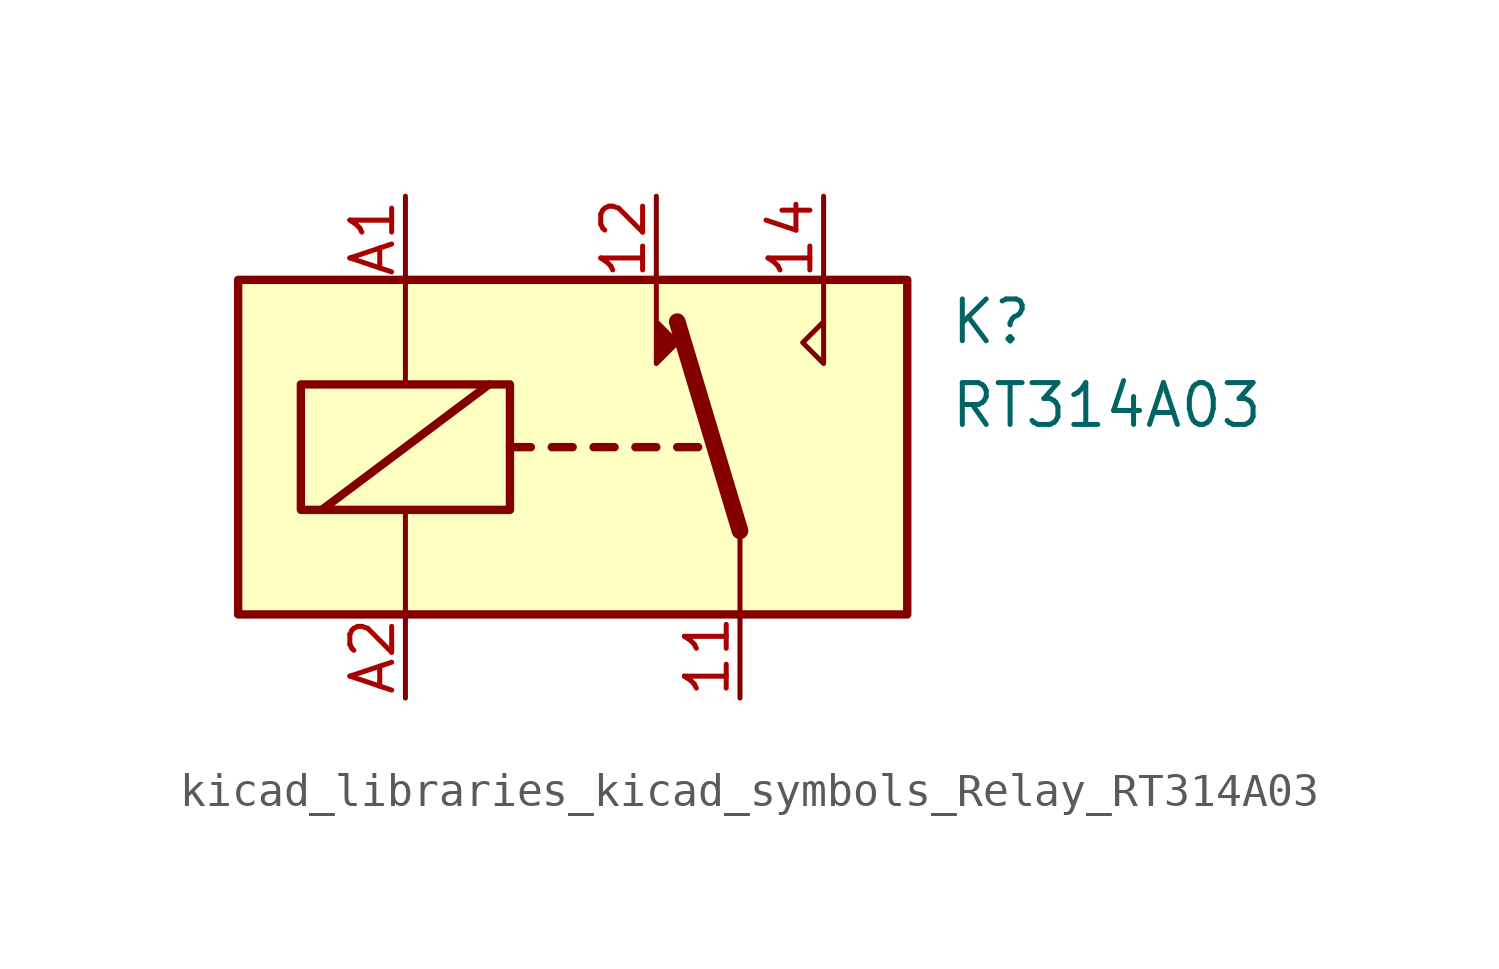
<source format=kicad_sym>
(kicad_symbol_lib
  (version 20220914)
  (generator kicad_symbol_editor)
  (symbol "kicad_libraries_kicad_symbols_Relay_RT314A03"
    (property "Reference" "K"
      (at 11.43 3.81 0)
      (effects (font (size 1.27 1.27)) (justify left)))
    (property "Value" "RT314A03"
      (at 11.43 1.27 0)
      (effects (font (size 1.27 1.27)) (justify left)))
    (symbol "kicad_libraries_kicad_symbols_Relay_RT314A03_0_0"
      (polyline (pts (xy -2.54 1.905) (xy -7.62 -1.905)) (stroke (width 0.254) (type default)) (fill (type none))))
    (symbol "kicad_libraries_kicad_symbols_Relay_RT314A03_0_1"
      (rectangle (start -10.16 5.08) (end 10.16 -5.08) (stroke (width 0.254) (type default)) (fill (type background)))
      (rectangle (start -8.255 1.905) (end -1.905 -1.905) (stroke (width 0.254) (type default)) (fill (type none)))
      (polyline (pts (xy -5.08 -5.08) (xy -5.08 -1.905)) (stroke (width 0) (type default)) (fill (type none)))
      (polyline (pts (xy -5.08 5.08) (xy -5.08 1.905)) (stroke (width 0) (type default)) (fill (type none)))
      (polyline (pts (xy -1.905 0) (xy -1.27 0)) (stroke (width 0.254) (type default)) (fill (type none)))
      (polyline (pts (xy -0.635 0) (xy 0 0)) (stroke (width 0.254) (type default)) (fill (type none)))
      (polyline (pts (xy 0.635 0) (xy 1.27 0)) (stroke (width 0.254) (type default)) (fill (type none)))
      (polyline (pts (xy 1.905 0) (xy 2.54 0)) (stroke (width 0.254) (type default)) (fill (type none)))
      (polyline (pts (xy 3.175 0) (xy 3.81 0)) (stroke (width 0.254) (type default)) (fill (type none)))
      (polyline (pts (xy 5.08 -2.54) (xy 3.175 3.81)) (stroke (width 0.508) (type default)) (fill (type none)))
      (polyline (pts (xy 5.08 -2.54) (xy 5.08 -5.08)) (stroke (width 0) (type default)) (fill (type none)))
      (polyline (pts (xy 2.54 5.08) (xy 2.54 2.54) (xy 3.175 3.175) (xy 2.54 3.81)) (stroke (width 0) (type default)) (fill (type outline)))
      (polyline (pts (xy 7.62 5.08) (xy 7.62 2.54) (xy 6.985 3.175) (xy 7.62 3.81)) (stroke (width 0) (type default)) (fill (type none))))
    (symbol "kicad_libraries_kicad_symbols_Relay_RT314A03_1_1"
      (pin passive line (at 5.08 -7.62 90) (length 2.54) (name "~" (effects (font (size 1.27 1.27)))) (number "11" (effects (font (size 1.27 1.27)))))
      (pin passive line (at 2.54 7.62 270) (length 2.54) (name "~" (effects (font (size 1.27 1.27)))) (number "12" (effects (font (size 1.27 1.27)))))
      (pin passive line (at 7.62 7.62 270) (length 2.54) (name "~" (effects (font (size 1.27 1.27)))) (number "14" (effects (font (size 1.27 1.27)))))
      (pin passive line (at -5.08 7.62 270) (length 2.54) (name "~" (effects (font (size 1.27 1.27)))) (number "A1" (effects (font (size 1.27 1.27)))))
      (pin passive line (at -5.08 -7.62 90) (length 2.54) (name "~" (effects (font (size 1.27 1.27)))) (number "A2" (effects (font (size 1.27 1.27))))))))
</source>
